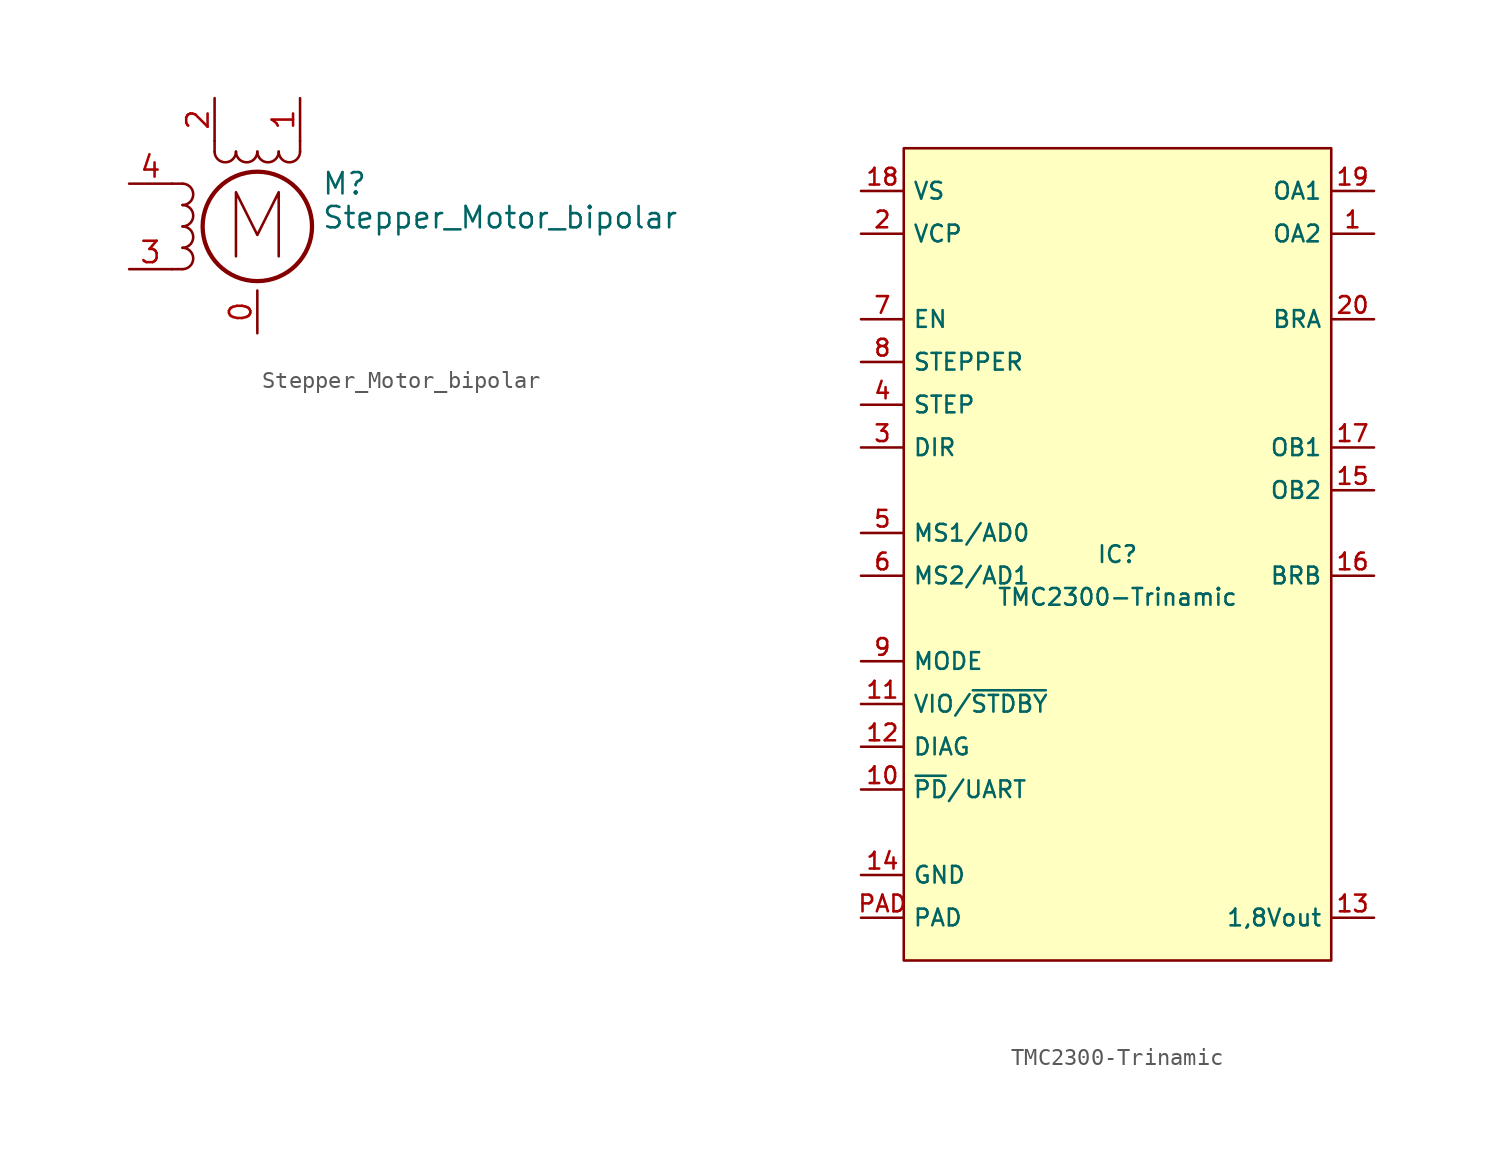
<source format=kicad_sym>
(kicad_symbol_lib
  (version 20200126)
  (host kicad_symbol_editor "(5.99.0-2878-gd4affa9985)")
  (symbol "micro_breakout:Stepper_Motor_bipolar"
    (pin_names
      (offset 0) hide)
    (property "Reference" "M"
      (at 3.81 2.54 0)
      (effects (font (size 1.27 1.27)) (justify left)))
    (property "Value" "Stepper_Motor_bipolar"
      (at 3.81 1.27 0)
      (effects (font (size 1.27 1.27)) (justify left top)))
    (symbol "Stepper_Motor_bipolar_0_1"
      (arc (start -4.445 -2.54) (end -4.445 -1.27) (radius (at -4.445 -1.905) (length 0.635) (angles -89.9 89.9)) (stroke (width 0)) (fill (type none)))
      (arc (start -4.445 -1.27) (end -4.445 0) (radius (at -4.445 -0.635) (length 0.635) (angles -89.9 89.9)) (stroke (width 0)) (fill (type none)))
      (arc (start -4.445 0) (end -4.445 1.27) (radius (at -4.445 0.635) (length 0.635) (angles -89.9 89.9)) (stroke (width 0)) (fill (type none)))
      (arc (start -4.445 1.27) (end -4.445 2.54) (radius (at -4.445 1.905) (length 0.635) (angles -89.9 89.9)) (stroke (width 0)) (fill (type none)))
      (arc (start -2.54 4.445) (end -1.27 4.445) (radius (at -1.905 4.445) (length 0.635) (angles -179.9 -0.1)) (stroke (width 0)) (fill (type none)))
      (arc (start -1.27 4.445) (end 0 4.445) (radius (at -0.635 4.445) (length 0.635) (angles -179.9 -0.1)) (stroke (width 0)) (fill (type none)))
      (arc (start 0 4.445) (end 1.27 4.445) (radius (at 0.635 4.445) (length 0.635) (angles -179.9 -0.1)) (stroke (width 0)) (fill (type none)))
      (arc (start 1.27 4.445) (end 2.54 4.445) (radius (at 1.905 4.445) (length 0.635) (angles -179.9 -0.1)) (stroke (width 0)) (fill (type none)))
      (circle (center 0 0) (radius 3.251) (stroke (width 0.254)) (fill (type none)))
      (polyline (pts (xy -5.08 -2.54) (xy -4.445 -2.54)) (stroke (width 0)) (fill (type none)))
      (polyline (pts (xy -5.08 2.54) (xy -4.445 2.54)) (stroke (width 0)) (fill (type none)))
      (polyline (pts (xy -2.54 5.08) (xy -2.54 4.445)) (stroke (width 0)) (fill (type none)))
      (polyline (pts (xy 2.54 5.08) (xy 2.54 4.445)) (stroke (width 0)) (fill (type none))))
    (symbol "Stepper_Motor_bipolar_0_0"
      (polyline (pts (xy -1.27 -1.778) (xy -1.27 2.032) (xy 0 -0.508) (xy 1.27 2.032) (xy 1.27 -1.778)) (stroke (width 0)) (fill (type none))))
    (symbol "Stepper_Motor_bipolar_1_1"
      (pin passive line (at 2.54 7.62 270) (length 2.54) (name "~" (effects (font (size 1.27 1.27)))) (number "1" (effects (font (size 1.27 1.27)))))
      (pin passive line (at -2.54 7.62 270) (length 2.54) (name "-" (effects (font (size 1.27 1.27)))) (number "2" (effects (font (size 1.27 1.27)))))
      (pin passive line (at -7.62 -2.54 0) (length 2.54) (name "~" (effects (font (size 1.27 1.27)))) (number "3" (effects (font (size 1.27 1.27)))))
      (pin passive line (at -7.62 2.54 0) (length 2.54) (name "~" (effects (font (size 1.27 1.27)))) (number "4" (effects (font (size 1.27 1.27)))))
      (pin passive line (at 0 -6.35 90) (length 2.54) (name "Sheild" (effects (font (size 1.27 1.27)))) (number "0" (effects (font (size 1.27 1.27)))))))
  (symbol "micro_breakout:TMC2300-Trinamic"
    (property "Reference" "IC"
      (at 0 1.27 0)
      (effects (font (size 0.991 0.991))))
    (property "Value" "TMC2300-Trinamic"
      (at 0 -1.27 0)
      (effects (font (size 0.991 0.991))))
    (symbol "TMC2300-Trinamic_0_1"
      (rectangle (start -12.7 25.4) (end 12.7 -22.86) (stroke (width 0)) (fill (type background))))
    (symbol "TMC2300-Trinamic_0_0"
      (pin passive line (at 15.24 20.32 180) (length 2.54) (name "OA2" (effects (font (size 0.991 0.991)))) (number "1" (effects (font (size 0.991 0.991)))))
      (pin bidirectional line (at -15.24 -12.7 0) (length 2.54) (name "~PD~/UART" (effects (font (size 0.991 0.991)))) (number "10" (effects (font (size 0.991 0.991)))))
      (pin power_in line (at -15.24 -7.62 0) (length 2.54) (name "VIO/~STDBY" (effects (font (size 0.991 0.991)))) (number "11" (effects (font (size 0.991 0.991)))))
      (pin output line (at -15.24 -10.16 0) (length 2.54) (name "DIAG" (effects (font (size 0.991 0.991)))) (number "12" (effects (font (size 0.991 0.991)))))
      (pin passive line (at 15.24 -20.32 180) (length 2.54) (name "1,8Vout" (effects (font (size 0.991 0.991)))) (number "13" (effects (font (size 0.991 0.991)))))
      (pin power_in line (at -15.24 -17.78 0) (length 2.54) (name "GND" (effects (font (size 0.991 0.991)))) (number "14" (effects (font (size 0.991 0.991)))))
      (pin passive line (at 15.24 5.08 180) (length 2.54) (name "OB2" (effects (font (size 0.991 0.991)))) (number "15" (effects (font (size 0.991 0.991)))))
      (pin passive line (at 15.24 0 180) (length 2.54) (name "BRB" (effects (font (size 0.991 0.991)))) (number "16" (effects (font (size 0.991 0.991)))))
      (pin passive line (at 15.24 7.62 180) (length 2.54) (name "OB1" (effects (font (size 0.991 0.991)))) (number "17" (effects (font (size 0.991 0.991)))))
      (pin power_in line (at -15.24 22.86 0) (length 2.54) (name "VS" (effects (font (size 0.991 0.991)))) (number "18" (effects (font (size 0.991 0.991)))))
      (pin passive line (at 15.24 22.86 180) (length 2.54) (name "OA1" (effects (font (size 0.991 0.991)))) (number "19" (effects (font (size 0.991 0.991)))))
      (pin power_in line (at -15.24 20.32 0) (length 2.54) (name "VCP" (effects (font (size 0.991 0.991)))) (number "2" (effects (font (size 0.991 0.991)))))
      (pin passive line (at 15.24 15.24 180) (length 2.54) (name "BRA" (effects (font (size 0.991 0.991)))) (number "20" (effects (font (size 0.991 0.991)))))
      (pin input line (at -15.24 7.62 0) (length 2.54) (name "DIR" (effects (font (size 0.991 0.991)))) (number "3" (effects (font (size 0.991 0.991)))))
      (pin input line (at -15.24 10.16 0) (length 2.54) (name "STEP" (effects (font (size 0.991 0.991)))) (number "4" (effects (font (size 0.991 0.991)))))
      (pin input line (at -15.24 2.54 0) (length 2.54) (name "MS1/AD0" (effects (font (size 0.991 0.991)))) (number "5" (effects (font (size 0.991 0.991)))))
      (pin input line (at -15.24 0 0) (length 2.54) (name "MS2/AD1" (effects (font (size 0.991 0.991)))) (number "6" (effects (font (size 0.991 0.991)))))
      (pin input line (at -15.24 15.24 0) (length 2.54) (name "EN" (effects (font (size 0.991 0.991)))) (number "7" (effects (font (size 0.991 0.991)))))
      (pin input line (at -15.24 12.7 0) (length 2.54) (name "STEPPER" (effects (font (size 0.991 0.991)))) (number "8" (effects (font (size 0.991 0.991)))))
      (pin input line (at -15.24 -5.08 0) (length 2.54) (name "MODE" (effects (font (size 0.991 0.991)))) (number "9" (effects (font (size 0.991 0.991)))))
      (pin power_in line (at -15.24 -20.32 0) (length 2.54) (name "PAD" (effects (font (size 0.991 0.991)))) (number "PAD" (effects (font (size 0.991 0.991))))))))
</source>
